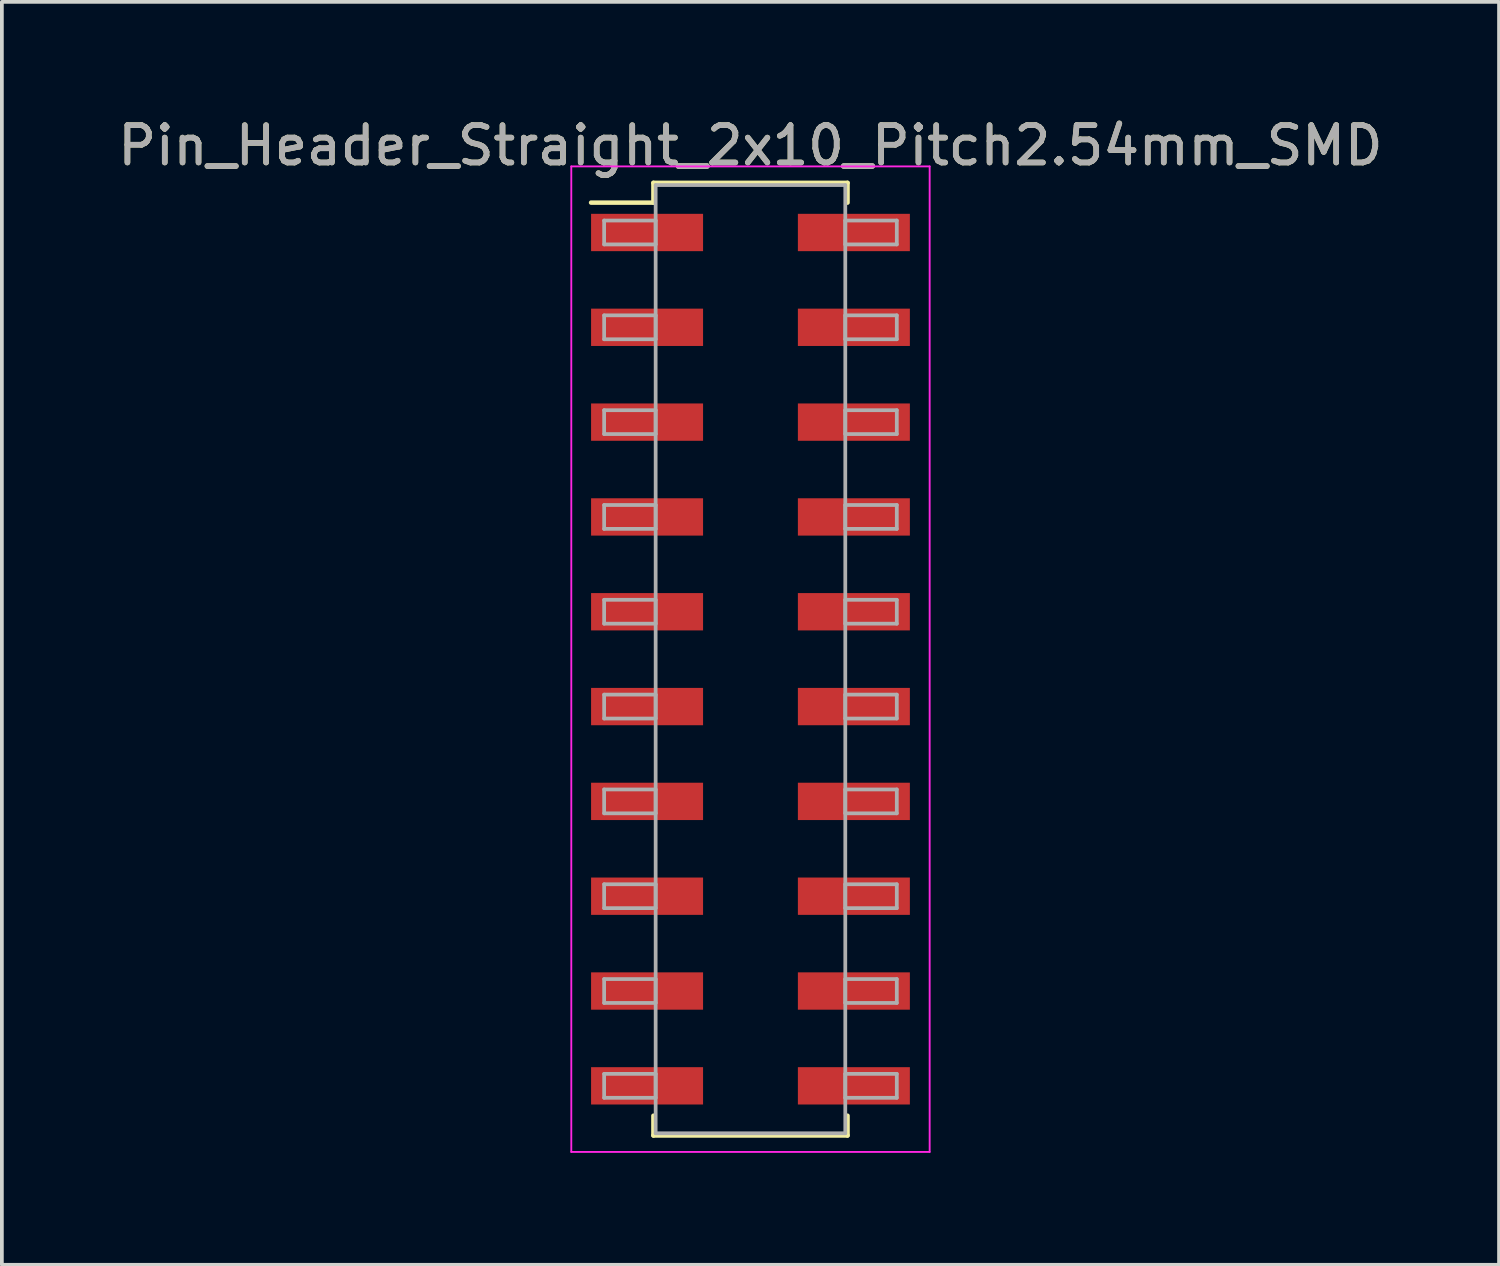
<source format=kicad_pcb>
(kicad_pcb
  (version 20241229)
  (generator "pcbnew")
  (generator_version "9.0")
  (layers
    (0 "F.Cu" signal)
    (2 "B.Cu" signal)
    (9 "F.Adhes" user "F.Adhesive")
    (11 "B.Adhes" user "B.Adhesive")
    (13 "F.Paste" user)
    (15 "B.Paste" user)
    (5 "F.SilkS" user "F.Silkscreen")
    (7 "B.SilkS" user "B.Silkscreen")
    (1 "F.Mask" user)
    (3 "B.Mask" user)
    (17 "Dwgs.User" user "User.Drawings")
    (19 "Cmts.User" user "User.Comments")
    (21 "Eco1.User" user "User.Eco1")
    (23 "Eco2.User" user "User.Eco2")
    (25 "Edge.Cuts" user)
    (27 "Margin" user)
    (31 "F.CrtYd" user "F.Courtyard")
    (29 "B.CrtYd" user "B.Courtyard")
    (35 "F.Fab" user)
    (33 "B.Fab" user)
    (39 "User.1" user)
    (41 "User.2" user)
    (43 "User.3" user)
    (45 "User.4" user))
  (footprint "Pin_Header_Straight_2x10_Pitch2.54mm_SMD"
    (layer "F.Cu")
    (at 17.054 14.608)
    (property "Reference" "Pin_Header_Straight_2x10_Pitch2.54mm_SMD" (at 0 -13.76 0) (layer "F.SilkS") (effects (font (size 1 1) (thickness 0.15))))
    (attr smd)
    (fp_line (start -4.27 -12.23) (end -2.6 -12.23) (stroke (width 0.12) (type solid)) (layer "F.SilkS"))
    (fp_line (start -2.6 -12.76) (end 2.6 -12.76) (stroke (width 0.12) (type solid)) (layer "F.SilkS"))
    (fp_line (start -2.6 -12.23) (end -2.6 -12.76) (stroke (width 0.12) (type solid)) (layer "F.SilkS"))
    (fp_line (start -2.6 12.23) (end -2.6 12.76) (stroke (width 0.12) (type solid)) (layer "F.SilkS"))
    (fp_line (start -2.6 12.76) (end 2.6 12.76) (stroke (width 0.12) (type solid)) (layer "F.SilkS"))
    (fp_line (start 2.6 -12.76) (end 2.6 -12.23) (stroke (width 0.12) (type solid)) (layer "F.SilkS"))
    (fp_line (start 2.6 12.76) (end 2.6 12.23) (stroke (width 0.12) (type solid)) (layer "F.SilkS"))
    (fp_line (start -4.8 -13.2) (end -4.8 13.2) (stroke (width 0.05) (type solid)) (layer "F.CrtYd"))
    (fp_line (start -4.8 13.2) (end 4.8 13.2) (stroke (width 0.05) (type solid)) (layer "F.CrtYd"))
    (fp_line (start 4.8 -13.2) (end -4.8 -13.2) (stroke (width 0.05) (type solid)) (layer "F.CrtYd"))
    (fp_line (start 4.8 13.2) (end 4.8 -13.2) (stroke (width 0.05) (type solid)) (layer "F.CrtYd"))
    (fp_line (start -3.92 -11.75) (end -2.54 -11.75) (stroke (width 0.1) (type solid)) (layer "F.Fab"))
    (fp_line (start -3.92 -11.11) (end -3.92 -11.75) (stroke (width 0.1) (type solid)) (layer "F.Fab"))
    (fp_line (start -3.92 -9.21) (end -2.54 -9.21) (stroke (width 0.1) (type solid)) (layer "F.Fab"))
    (fp_line (start -3.92 -8.57) (end -3.92 -9.21) (stroke (width 0.1) (type solid)) (layer "F.Fab"))
    (fp_line (start -3.92 -6.67) (end -2.54 -6.67) (stroke (width 0.1) (type solid)) (layer "F.Fab"))
    (fp_line (start -3.92 -6.03) (end -3.92 -6.67) (stroke (width 0.1) (type solid)) (layer "F.Fab"))
    (fp_line (start -3.92 -4.13) (end -2.54 -4.13) (stroke (width 0.1) (type solid)) (layer "F.Fab"))
    (fp_line (start -3.92 -3.49) (end -3.92 -4.13) (stroke (width 0.1) (type solid)) (layer "F.Fab"))
    (fp_line (start -3.92 -1.59) (end -2.54 -1.59) (stroke (width 0.1) (type solid)) (layer "F.Fab"))
    (fp_line (start -3.92 -0.95) (end -3.92 -1.59) (stroke (width 0.1) (type solid)) (layer "F.Fab"))
    (fp_line (start -3.92 0.95) (end -2.54 0.95) (stroke (width 0.1) (type solid)) (layer "F.Fab"))
    (fp_line (start -3.92 1.59) (end -3.92 0.95) (stroke (width 0.1) (type solid)) (layer "F.Fab"))
    (fp_line (start -3.92 3.49) (end -2.54 3.49) (stroke (width 0.1) (type solid)) (layer "F.Fab"))
    (fp_line (start -3.92 4.13) (end -3.92 3.49) (stroke (width 0.1) (type solid)) (layer "F.Fab"))
    (fp_line (start -3.92 6.03) (end -2.54 6.03) (stroke (width 0.1) (type solid)) (layer "F.Fab"))
    (fp_line (start -3.92 6.67) (end -3.92 6.03) (stroke (width 0.1) (type solid)) (layer "F.Fab"))
    (fp_line (start -3.92 8.57) (end -2.54 8.57) (stroke (width 0.1) (type solid)) (layer "F.Fab"))
    (fp_line (start -3.92 9.21) (end -3.92 8.57) (stroke (width 0.1) (type solid)) (layer "F.Fab"))
    (fp_line (start -3.92 11.11) (end -2.54 11.11) (stroke (width 0.1) (type solid)) (layer "F.Fab"))
    (fp_line (start -3.92 11.75) (end -3.92 11.11) (stroke (width 0.1) (type solid)) (layer "F.Fab"))
    (fp_line (start -2.54 -12.7) (end -2.54 12.7) (stroke (width 0.1) (type solid)) (layer "F.Fab"))
    (fp_line (start -2.54 -11.75) (end -2.54 -11.11) (stroke (width 0.1) (type solid)) (layer "F.Fab"))
    (fp_line (start -2.54 -11.11) (end -3.92 -11.11) (stroke (width 0.1) (type solid)) (layer "F.Fab"))
    (fp_line (start -2.54 -9.21) (end -2.54 -8.57) (stroke (width 0.1) (type solid)) (layer "F.Fab"))
    (fp_line (start -2.54 -8.57) (end -3.92 -8.57) (stroke (width 0.1) (type solid)) (layer "F.Fab"))
    (fp_line (start -2.54 -6.67) (end -2.54 -6.03) (stroke (width 0.1) (type solid)) (layer "F.Fab"))
    (fp_line (start -2.54 -6.03) (end -3.92 -6.03) (stroke (width 0.1) (type solid)) (layer "F.Fab"))
    (fp_line (start -2.54 -4.13) (end -2.54 -3.49) (stroke (width 0.1) (type solid)) (layer "F.Fab"))
    (fp_line (start -2.54 -3.49) (end -3.92 -3.49) (stroke (width 0.1) (type solid)) (layer "F.Fab"))
    (fp_line (start -2.54 -1.59) (end -2.54 -0.95) (stroke (width 0.1) (type solid)) (layer "F.Fab"))
    (fp_line (start -2.54 -0.95) (end -3.92 -0.95) (stroke (width 0.1) (type solid)) (layer "F.Fab"))
    (fp_line (start -2.54 0.95) (end -2.54 1.59) (stroke (width 0.1) (type solid)) (layer "F.Fab"))
    (fp_line (start -2.54 1.59) (end -3.92 1.59) (stroke (width 0.1) (type solid)) (layer "F.Fab"))
    (fp_line (start -2.54 3.49) (end -2.54 4.13) (stroke (width 0.1) (type solid)) (layer "F.Fab"))
    (fp_line (start -2.54 4.13) (end -3.92 4.13) (stroke (width 0.1) (type solid)) (layer "F.Fab"))
    (fp_line (start -2.54 6.03) (end -2.54 6.67) (stroke (width 0.1) (type solid)) (layer "F.Fab"))
    (fp_line (start -2.54 6.67) (end -3.92 6.67) (stroke (width 0.1) (type solid)) (layer "F.Fab"))
    (fp_line (start -2.54 8.57) (end -2.54 9.21) (stroke (width 0.1) (type solid)) (layer "F.Fab"))
    (fp_line (start -2.54 9.21) (end -3.92 9.21) (stroke (width 0.1) (type solid)) (layer "F.Fab"))
    (fp_line (start -2.54 11.11) (end -2.54 11.75) (stroke (width 0.1) (type solid)) (layer "F.Fab"))
    (fp_line (start -2.54 11.75) (end -3.92 11.75) (stroke (width 0.1) (type solid)) (layer "F.Fab"))
    (fp_line (start -2.54 12.7) (end 2.54 12.7) (stroke (width 0.1) (type solid)) (layer "F.Fab"))
    (fp_line (start 2.54 -12.7) (end -2.54 -12.7) (stroke (width 0.1) (type solid)) (layer "F.Fab"))
    (fp_line (start 2.54 -11.75) (end 2.54 -11.11) (stroke (width 0.1) (type solid)) (layer "F.Fab"))
    (fp_line (start 2.54 -11.11) (end 3.92 -11.11) (stroke (width 0.1) (type solid)) (layer "F.Fab"))
    (fp_line (start 2.54 -9.21) (end 2.54 -8.57) (stroke (width 0.1) (type solid)) (layer "F.Fab"))
    (fp_line (start 2.54 -8.57) (end 3.92 -8.57) (stroke (width 0.1) (type solid)) (layer "F.Fab"))
    (fp_line (start 2.54 -6.67) (end 2.54 -6.03) (stroke (width 0.1) (type solid)) (layer "F.Fab"))
    (fp_line (start 2.54 -6.03) (end 3.92 -6.03) (stroke (width 0.1) (type solid)) (layer "F.Fab"))
    (fp_line (start 2.54 -4.13) (end 2.54 -3.49) (stroke (width 0.1) (type solid)) (layer "F.Fab"))
    (fp_line (start 2.54 -3.49) (end 3.92 -3.49) (stroke (width 0.1) (type solid)) (layer "F.Fab"))
    (fp_line (start 2.54 -1.59) (end 2.54 -0.95) (stroke (width 0.1) (type solid)) (layer "F.Fab"))
    (fp_line (start 2.54 -0.95) (end 3.92 -0.95) (stroke (width 0.1) (type solid)) (layer "F.Fab"))
    (fp_line (start 2.54 0.95) (end 2.54 1.59) (stroke (width 0.1) (type solid)) (layer "F.Fab"))
    (fp_line (start 2.54 1.59) (end 3.92 1.59) (stroke (width 0.1) (type solid)) (layer "F.Fab"))
    (fp_line (start 2.54 3.49) (end 2.54 4.13) (stroke (width 0.1) (type solid)) (layer "F.Fab"))
    (fp_line (start 2.54 4.13) (end 3.92 4.13) (stroke (width 0.1) (type solid)) (layer "F.Fab"))
    (fp_line (start 2.54 6.03) (end 2.54 6.67) (stroke (width 0.1) (type solid)) (layer "F.Fab"))
    (fp_line (start 2.54 6.67) (end 3.92 6.67) (stroke (width 0.1) (type solid)) (layer "F.Fab"))
    (fp_line (start 2.54 8.57) (end 2.54 9.21) (stroke (width 0.1) (type solid)) (layer "F.Fab"))
    (fp_line (start 2.54 9.21) (end 3.92 9.21) (stroke (width 0.1) (type solid)) (layer "F.Fab"))
    (fp_line (start 2.54 11.11) (end 2.54 11.75) (stroke (width 0.1) (type solid)) (layer "F.Fab"))
    (fp_line (start 2.54 11.75) (end 3.92 11.75) (stroke (width 0.1) (type solid)) (layer "F.Fab"))
    (fp_line (start 2.54 12.7) (end 2.54 -12.7) (stroke (width 0.1) (type solid)) (layer "F.Fab"))
    (fp_line (start 3.92 -11.75) (end 2.54 -11.75) (stroke (width 0.1) (type solid)) (layer "F.Fab"))
    (fp_line (start 3.92 -11.11) (end 3.92 -11.75) (stroke (width 0.1) (type solid)) (layer "F.Fab"))
    (fp_line (start 3.92 -9.21) (end 2.54 -9.21) (stroke (width 0.1) (type solid)) (layer "F.Fab"))
    (fp_line (start 3.92 -8.57) (end 3.92 -9.21) (stroke (width 0.1) (type solid)) (layer "F.Fab"))
    (fp_line (start 3.92 -6.67) (end 2.54 -6.67) (stroke (width 0.1) (type solid)) (layer "F.Fab"))
    (fp_line (start 3.92 -6.03) (end 3.92 -6.67) (stroke (width 0.1) (type solid)) (layer "F.Fab"))
    (fp_line (start 3.92 -4.13) (end 2.54 -4.13) (stroke (width 0.1) (type solid)) (layer "F.Fab"))
    (fp_line (start 3.92 -3.49) (end 3.92 -4.13) (stroke (width 0.1) (type solid)) (layer "F.Fab"))
    (fp_line (start 3.92 -1.59) (end 2.54 -1.59) (stroke (width 0.1) (type solid)) (layer "F.Fab"))
    (fp_line (start 3.92 -0.95) (end 3.92 -1.59) (stroke (width 0.1) (type solid)) (layer "F.Fab"))
    (fp_line (start 3.92 0.95) (end 2.54 0.95) (stroke (width 0.1) (type solid)) (layer "F.Fab"))
    (fp_line (start 3.92 1.59) (end 3.92 0.95) (stroke (width 0.1) (type solid)) (layer "F.Fab"))
    (fp_line (start 3.92 3.49) (end 2.54 3.49) (stroke (width 0.1) (type solid)) (layer "F.Fab"))
    (fp_line (start 3.92 4.13) (end 3.92 3.49) (stroke (width 0.1) (type solid)) (layer "F.Fab"))
    (fp_line (start 3.92 6.03) (end 2.54 6.03) (stroke (width 0.1) (type solid)) (layer "F.Fab"))
    (fp_line (start 3.92 6.67) (end 3.92 6.03) (stroke (width 0.1) (type solid)) (layer "F.Fab"))
    (fp_line (start 3.92 8.57) (end 2.54 8.57) (stroke (width 0.1) (type solid)) (layer "F.Fab"))
    (fp_line (start 3.92 9.21) (end 3.92 8.57) (stroke (width 0.1) (type solid)) (layer "F.Fab"))
    (fp_line (start 3.92 11.11) (end 2.54 11.11) (stroke (width 0.1) (type solid)) (layer "F.Fab"))
    (fp_line (start 3.92 11.75) (end 3.92 11.11) (stroke (width 0.1) (type solid)) (layer "F.Fab"))
    (fp_text user "${REFERENCE}" (at 0 -13.76 0) (layer "F.Fab") (effects (font (size 1 1) (thickness 0.15))))
    (pad "1" smd rect (at -2.77 -11.43) (size 3 1) (layers "F.Cu" "F.Mask" "F.Paste"))
    (pad "2" smd rect (at 2.77 -11.43) (size 3 1) (layers "F.Cu" "F.Mask" "F.Paste"))
    (pad "3" smd rect (at -2.77 -8.89) (size 3 1) (layers "F.Cu" "F.Mask" "F.Paste"))
    (pad "4" smd rect (at 2.77 -8.89) (size 3 1) (layers "F.Cu" "F.Mask" "F.Paste"))
    (pad "5" smd rect (at -2.77 -6.35) (size 3 1) (layers "F.Cu" "F.Mask" "F.Paste"))
    (pad "6" smd rect (at 2.77 -6.35) (size 3 1) (layers "F.Cu" "F.Mask" "F.Paste"))
    (pad "7" smd rect (at -2.77 -3.81) (size 3 1) (layers "F.Cu" "F.Mask" "F.Paste"))
    (pad "8" smd rect (at 2.77 -3.81) (size 3 1) (layers "F.Cu" "F.Mask" "F.Paste"))
    (pad "9" smd rect (at -2.77 -1.27) (size 3 1) (layers "F.Cu" "F.Mask" "F.Paste"))
    (pad "10" smd rect (at 2.77 -1.27) (size 3 1) (layers "F.Cu" "F.Mask" "F.Paste"))
    (pad "11" smd rect (at -2.77 1.27) (size 3 1) (layers "F.Cu" "F.Mask" "F.Paste"))
    (pad "12" smd rect (at 2.77 1.27) (size 3 1) (layers "F.Cu" "F.Mask" "F.Paste"))
    (pad "13" smd rect (at -2.77 3.81) (size 3 1) (layers "F.Cu" "F.Mask" "F.Paste"))
    (pad "14" smd rect (at 2.77 3.81) (size 3 1) (layers "F.Cu" "F.Mask" "F.Paste"))
    (pad "15" smd rect (at -2.77 6.35) (size 3 1) (layers "F.Cu" "F.Mask" "F.Paste"))
    (pad "16" smd rect (at 2.77 6.35) (size 3 1) (layers "F.Cu" "F.Mask" "F.Paste"))
    (pad "17" smd rect (at -2.77 8.89) (size 3 1) (layers "F.Cu" "F.Mask" "F.Paste"))
    (pad "18" smd rect (at 2.77 8.89) (size 3 1) (layers "F.Cu" "F.Mask" "F.Paste"))
    (pad "19" smd rect (at -2.77 11.43) (size 3 1) (layers "F.Cu" "F.Mask" "F.Paste"))
    (pad "20" smd rect (at 2.77 11.43) (size 3 1) (layers "F.Cu" "F.Mask" "F.Paste")))
  (gr_rect
    (start -3 -3)
    (end 37.107 30.833)
    (stroke (width 0.1) (type default))
    (fill no)
    (layer "Edge.Cuts")))
</source>
